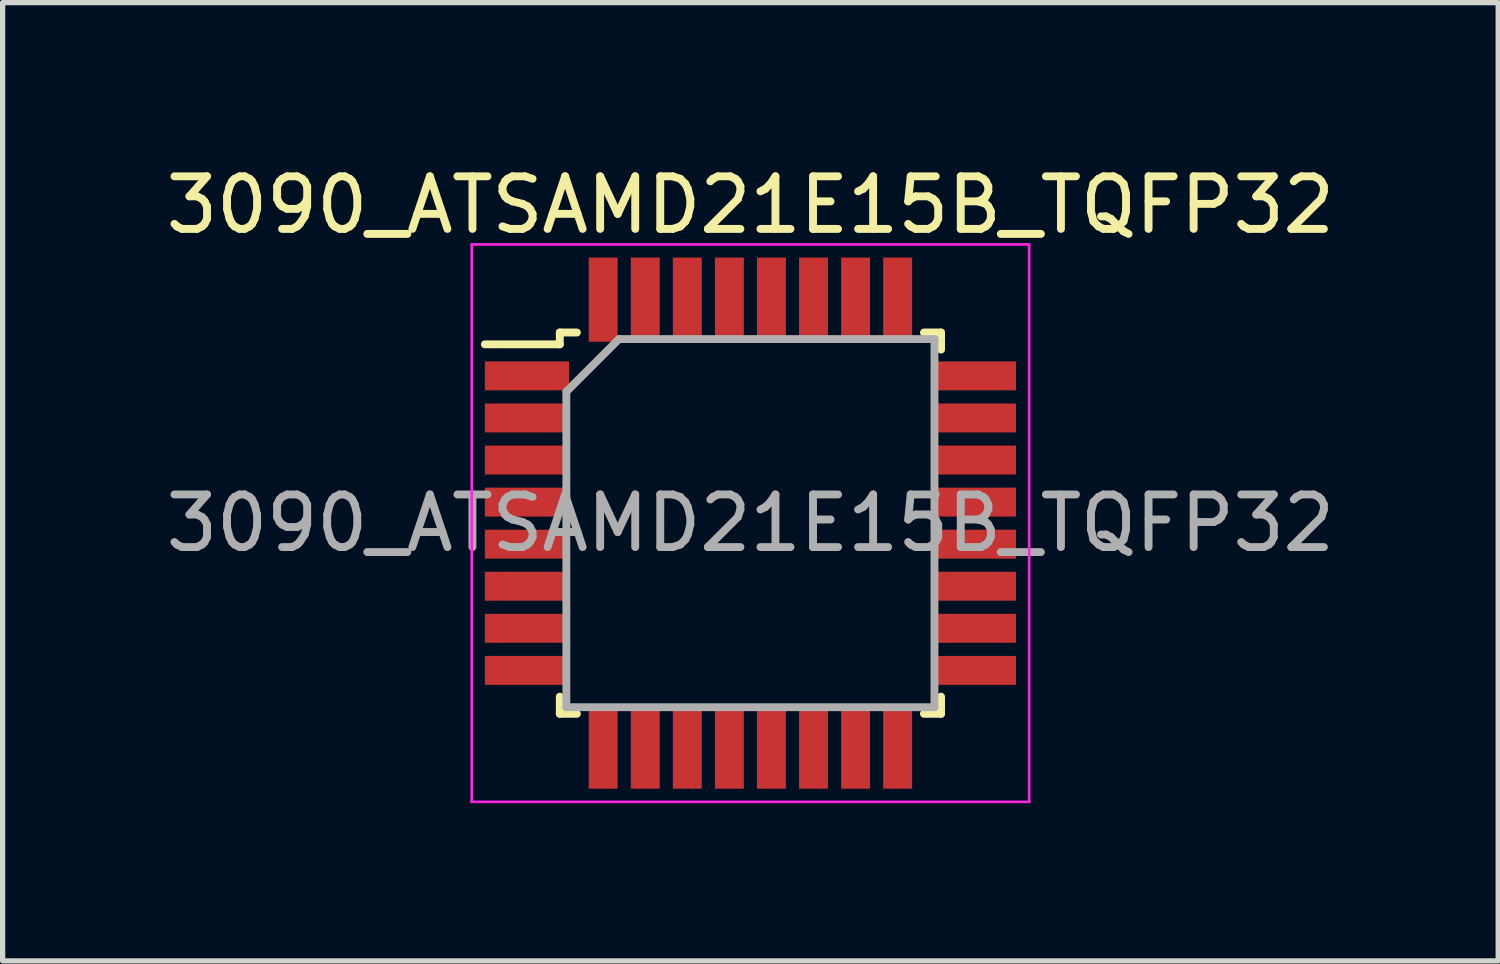
<source format=kicad_pcb>
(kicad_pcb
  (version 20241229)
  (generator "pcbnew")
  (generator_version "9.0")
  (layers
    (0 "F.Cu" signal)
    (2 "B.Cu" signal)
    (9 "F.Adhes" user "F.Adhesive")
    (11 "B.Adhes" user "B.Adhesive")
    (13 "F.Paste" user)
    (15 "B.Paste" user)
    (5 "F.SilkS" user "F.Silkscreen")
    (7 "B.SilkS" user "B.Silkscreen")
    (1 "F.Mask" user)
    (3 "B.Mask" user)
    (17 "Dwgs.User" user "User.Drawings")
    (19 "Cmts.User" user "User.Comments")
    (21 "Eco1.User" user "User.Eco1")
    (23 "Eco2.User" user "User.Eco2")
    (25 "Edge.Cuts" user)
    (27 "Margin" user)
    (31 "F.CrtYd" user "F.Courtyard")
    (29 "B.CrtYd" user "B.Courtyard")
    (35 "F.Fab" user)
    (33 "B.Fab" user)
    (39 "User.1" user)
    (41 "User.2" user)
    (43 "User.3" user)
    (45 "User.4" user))
  (footprint "3090_ATSAMD21E15B_TQFP32"
    (layer "F.Cu")
    (at 11.22 6.898)
    (property "Reference" "3090_ATSAMD21E15B_TQFP32" (at 0 -6.05 0) (layer "F.SilkS") (effects (font (size 1 1) (thickness 0.15))))
    (attr smd)
    (fp_line (start -3.625 -3.625) (end -3.625 -3.4) (stroke (width 0.15) (type solid)) (layer "F.SilkS"))
    (fp_line (start -3.625 -3.625) (end -3.3 -3.625) (stroke (width 0.15) (type solid)) (layer "F.SilkS"))
    (fp_line (start -3.625 -3.4) (end -5.05 -3.4) (stroke (width 0.15) (type solid)) (layer "F.SilkS"))
    (fp_line (start -3.625 3.625) (end -3.625 3.3) (stroke (width 0.15) (type solid)) (layer "F.SilkS"))
    (fp_line (start -3.625 3.625) (end -3.3 3.625) (stroke (width 0.15) (type solid)) (layer "F.SilkS"))
    (fp_line (start 3.625 -3.625) (end 3.3 -3.625) (stroke (width 0.15) (type solid)) (layer "F.SilkS"))
    (fp_line (start 3.625 -3.625) (end 3.625 -3.3) (stroke (width 0.15) (type solid)) (layer "F.SilkS"))
    (fp_line (start 3.625 3.625) (end 3.3 3.625) (stroke (width 0.15) (type solid)) (layer "F.SilkS"))
    (fp_line (start 3.625 3.625) (end 3.625 3.3) (stroke (width 0.15) (type solid)) (layer "F.SilkS"))
    (fp_line (start -5.3 -5.3) (end -5.3 5.3) (stroke (width 0.05) (type solid)) (layer "F.CrtYd"))
    (fp_line (start -5.3 -5.3) (end 5.3 -5.3) (stroke (width 0.05) (type solid)) (layer "F.CrtYd"))
    (fp_line (start -5.3 5.3) (end 5.3 5.3) (stroke (width 0.05) (type solid)) (layer "F.CrtYd"))
    (fp_line (start 5.3 -5.3) (end 5.3 5.3) (stroke (width 0.05) (type solid)) (layer "F.CrtYd"))
    (fp_line (start -3.5 -2.5) (end -2.5 -3.5) (stroke (width 0.15) (type solid)) (layer "F.Fab"))
    (fp_line (start -3.5 3.5) (end -3.5 -2.5) (stroke (width 0.15) (type solid)) (layer "F.Fab"))
    (fp_line (start -2.5 -3.5) (end 3.5 -3.5) (stroke (width 0.15) (type solid)) (layer "F.Fab"))
    (fp_line (start 3.5 -3.5) (end 3.5 3.5) (stroke (width 0.15) (type solid)) (layer "F.Fab"))
    (fp_line (start 3.5 3.5) (end -3.5 3.5) (stroke (width 0.15) (type solid)) (layer "F.Fab"))
    (fp_text user "${REFERENCE}" (at 0 0 0) (layer "F.Fab") (effects (font (size 1 1) (thickness 0.15))))
    (pad "1" smd rect (at -4.25 -2.8) (size 1.6 0.55) (layers "F.Cu" "F.Mask" "F.Paste"))
    (pad "2" smd rect (at -4.25 -2) (size 1.6 0.55) (layers "F.Cu" "F.Mask" "F.Paste"))
    (pad "3" smd rect (at -4.25 -1.2) (size 1.6 0.55) (layers "F.Cu" "F.Mask" "F.Paste"))
    (pad "4" smd rect (at -4.25 -0.4) (size 1.6 0.55) (layers "F.Cu" "F.Mask" "F.Paste"))
    (pad "5" smd rect (at -4.25 0.4) (size 1.6 0.55) (layers "F.Cu" "F.Mask" "F.Paste"))
    (pad "6" smd rect (at -4.25 1.2) (size 1.6 0.55) (layers "F.Cu" "F.Mask" "F.Paste"))
    (pad "7" smd rect (at -4.25 2) (size 1.6 0.55) (layers "F.Cu" "F.Mask" "F.Paste"))
    (pad "8" smd rect (at -4.25 2.8) (size 1.6 0.55) (layers "F.Cu" "F.Mask" "F.Paste"))
    (pad "9" smd rect (at -2.8 4.25 90) (size 1.6 0.55) (layers "F.Cu" "F.Mask" "F.Paste"))
    (pad "10" smd rect (at -2 4.25 90) (size 1.6 0.55) (layers "F.Cu" "F.Mask" "F.Paste"))
    (pad "11" smd rect (at -1.2 4.25 90) (size 1.6 0.55) (layers "F.Cu" "F.Mask" "F.Paste"))
    (pad "12" smd rect (at -0.4 4.25 90) (size 1.6 0.55) (layers "F.Cu" "F.Mask" "F.Paste"))
    (pad "13" smd rect (at 0.4 4.25 90) (size 1.6 0.55) (layers "F.Cu" "F.Mask" "F.Paste"))
    (pad "14" smd rect (at 1.2 4.25 90) (size 1.6 0.55) (layers "F.Cu" "F.Mask" "F.Paste"))
    (pad "15" smd rect (at 2 4.25 90) (size 1.6 0.55) (layers "F.Cu" "F.Mask" "F.Paste"))
    (pad "16" smd rect (at 2.8 4.25 90) (size 1.6 0.55) (layers "F.Cu" "F.Mask" "F.Paste"))
    (pad "17" smd rect (at 4.25 2.8) (size 1.6 0.55) (layers "F.Cu" "F.Mask" "F.Paste"))
    (pad "18" smd rect (at 4.25 2) (size 1.6 0.55) (layers "F.Cu" "F.Mask" "F.Paste"))
    (pad "19" smd rect (at 4.25 1.2) (size 1.6 0.55) (layers "F.Cu" "F.Mask" "F.Paste"))
    (pad "20" smd rect (at 4.25 0.4) (size 1.6 0.55) (layers "F.Cu" "F.Mask" "F.Paste"))
    (pad "21" smd rect (at 4.25 -0.4) (size 1.6 0.55) (layers "F.Cu" "F.Mask" "F.Paste"))
    (pad "22" smd rect (at 4.25 -1.2) (size 1.6 0.55) (layers "F.Cu" "F.Mask" "F.Paste"))
    (pad "23" smd rect (at 4.25 -2) (size 1.6 0.55) (layers "F.Cu" "F.Mask" "F.Paste"))
    (pad "24" smd rect (at 4.25 -2.8) (size 1.6 0.55) (layers "F.Cu" "F.Mask" "F.Paste"))
    (pad "25" smd rect (at 2.8 -4.25 90) (size 1.6 0.55) (layers "F.Cu" "F.Mask" "F.Paste"))
    (pad "26" smd rect (at 2 -4.25 90) (size 1.6 0.55) (layers "F.Cu" "F.Mask" "F.Paste"))
    (pad "27" smd rect (at 1.2 -4.25 90) (size 1.6 0.55) (layers "F.Cu" "F.Mask" "F.Paste"))
    (pad "28" smd rect (at 0.4 -4.25 90) (size 1.6 0.55) (layers "F.Cu" "F.Mask" "F.Paste"))
    (pad "29" smd rect (at -0.4 -4.25 90) (size 1.6 0.55) (layers "F.Cu" "F.Mask" "F.Paste"))
    (pad "30" smd rect (at -1.2 -4.25 90) (size 1.6 0.55) (layers "F.Cu" "F.Mask" "F.Paste"))
    (pad "31" smd rect (at -2 -4.25 90) (size 1.6 0.55) (layers "F.Cu" "F.Mask" "F.Paste"))
    (pad "32" smd rect (at -2.8 -4.25 90) (size 1.6 0.55) (layers "F.Cu" "F.Mask" "F.Paste")))
  (gr_rect
    (start -3 -3)
    (end 25.44 15.223)
    (stroke (width 0.1) (type default))
    (fill no)
    (layer "Edge.Cuts")))
</source>
